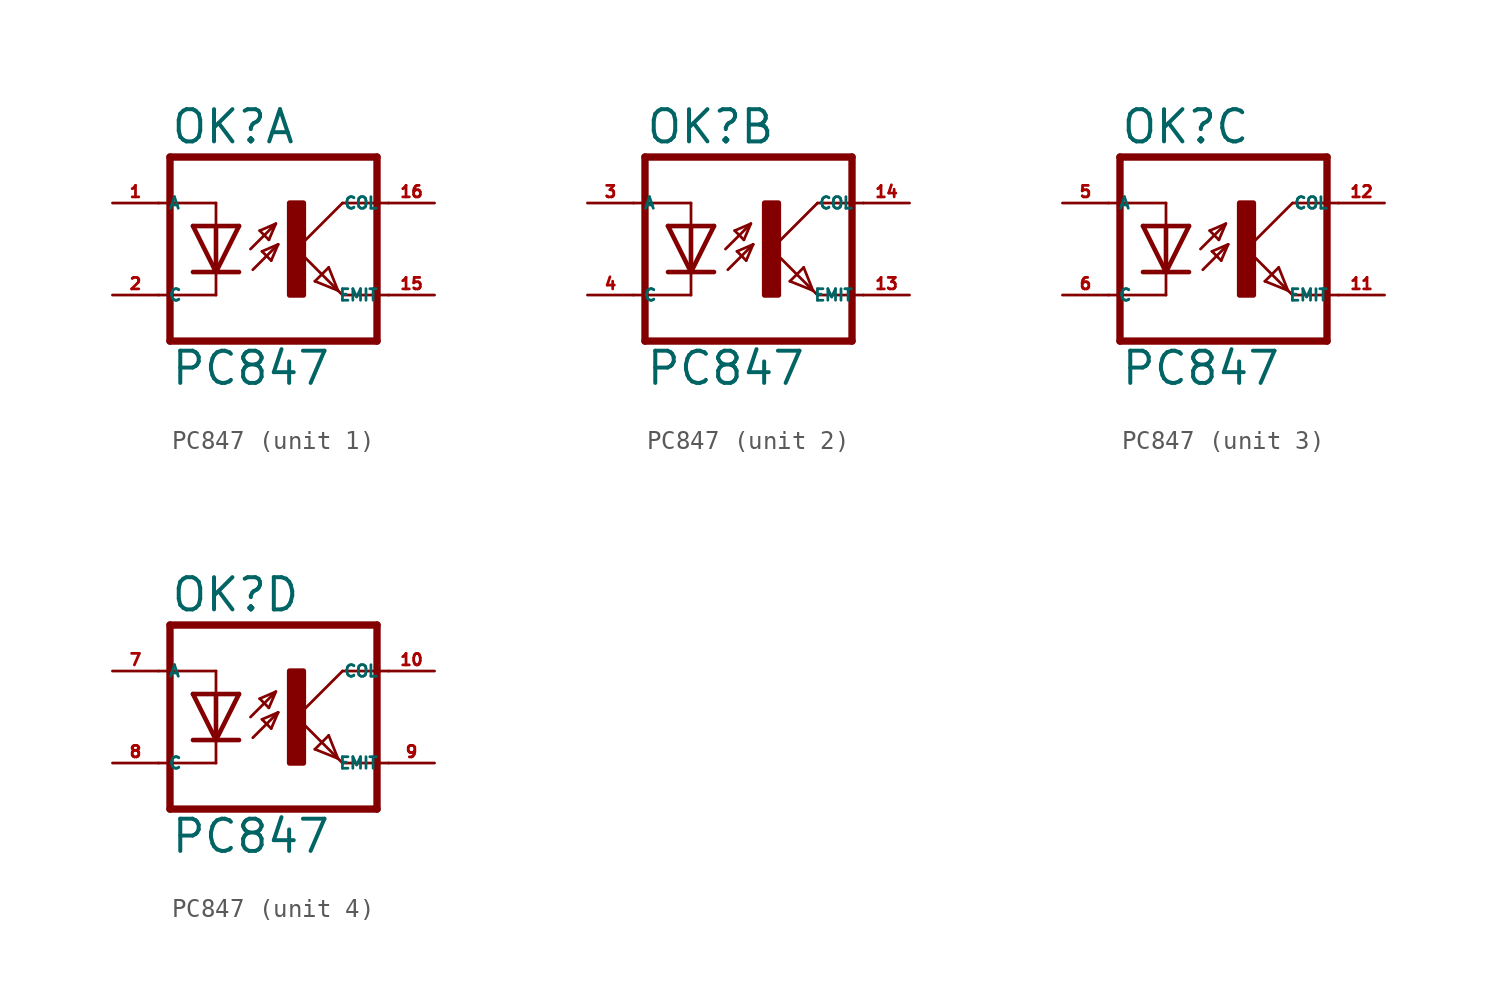
<source format=kicad_sym>
(kicad_symbol_lib
  (version 20220914)
  (generator kicad_symbol_editor)
  (symbol "PC847"
    (property "Reference" "OK"
      (at -6.985 5.715 0)
      (effects (font (size 1.778 1.778) (thickness 0.22)) (justify left bottom)))
    (property "Value" "PC847"
      (at -6.985 -7.62 0)
      (effects (font (size 1.778 1.778) (thickness 0.22)) (justify left bottom)))
    (symbol "PC847_1_0"
      (rectangle (start -0.381 -2.54) (end 0.381 2.54) (stroke (width 0.3) (type default)) (fill (type outline)))
      (polyline (pts (xy -6.985 -5.08) (xy 4.445 -5.08)) (stroke (width 0.406) (type default)) (fill (type none)))
      (polyline (pts (xy -6.985 5.08) (xy -6.985 -5.08)) (stroke (width 0.406) (type default)) (fill (type none)))
      (polyline (pts (xy -6.985 5.08) (xy 4.445 5.08)) (stroke (width 0.406) (type default)) (fill (type none)))
      (polyline (pts (xy -4.445 -2.54) (xy -7.62 -2.54)) (stroke (width 0.152) (type default)) (fill (type none)))
      (polyline (pts (xy -4.445 -1.27) (xy -5.715 -1.27)) (stroke (width 0.254) (type default)) (fill (type none)))
      (polyline (pts (xy -4.445 -1.27) (xy -5.715 1.27)) (stroke (width 0.254) (type default)) (fill (type none)))
      (polyline (pts (xy -4.445 -1.27) (xy -4.445 -2.54)) (stroke (width 0.152) (type default)) (fill (type none)))
      (polyline (pts (xy -4.445 1.27) (xy -5.715 1.27)) (stroke (width 0.254) (type default)) (fill (type none)))
      (polyline (pts (xy -4.445 1.27) (xy -4.445 -1.27)) (stroke (width 0.254) (type default)) (fill (type none)))
      (polyline (pts (xy -4.445 2.54) (xy -7.62 2.54)) (stroke (width 0.152) (type default)) (fill (type none)))
      (polyline (pts (xy -4.445 2.54) (xy -4.445 1.27)) (stroke (width 0.152) (type default)) (fill (type none)))
      (polyline (pts (xy -3.175 -1.27) (xy -4.445 -1.27)) (stroke (width 0.254) (type default)) (fill (type none)))
      (polyline (pts (xy -3.175 1.27) (xy -4.445 -1.27)) (stroke (width 0.254) (type default)) (fill (type none)))
      (polyline (pts (xy -3.175 1.27) (xy -4.445 1.27)) (stroke (width 0.254) (type default)) (fill (type none)))
      (polyline (pts (xy -2.54 0) (xy -1.143 1.397)) (stroke (width 0.152) (type default)) (fill (type none)))
      (polyline (pts (xy -2.413 -1.143) (xy -1.016 0.254)) (stroke (width 0.152) (type default)) (fill (type none)))
      (polyline (pts (xy -2.032 1.016) (xy -1.524 0.508)) (stroke (width 0.152) (type default)) (fill (type none)))
      (polyline (pts (xy -1.905 -0.127) (xy -1.397 -0.635)) (stroke (width 0.152) (type default)) (fill (type none)))
      (polyline (pts (xy -1.524 0.508) (xy -1.143 1.397)) (stroke (width 0.152) (type default)) (fill (type none)))
      (polyline (pts (xy -1.397 -0.635) (xy -1.016 0.254)) (stroke (width 0.152) (type default)) (fill (type none)))
      (polyline (pts (xy -1.143 1.397) (xy -2.032 1.016)) (stroke (width 0.152) (type default)) (fill (type none)))
      (polyline (pts (xy -1.016 0.254) (xy -1.905 -0.127)) (stroke (width 0.152) (type default)) (fill (type none)))
      (polyline (pts (xy 0 0) (xy 2.286 -2.286)) (stroke (width 0.152) (type default)) (fill (type none)))
      (polyline (pts (xy 1.016 -1.778) (xy 1.778 -1.016)) (stroke (width 0.152) (type default)) (fill (type none)))
      (polyline (pts (xy 1.778 -1.016) (xy 2.286 -2.286)) (stroke (width 0.152) (type default)) (fill (type none)))
      (polyline (pts (xy 2.286 -2.286) (xy 1.016 -1.778)) (stroke (width 0.152) (type default)) (fill (type none)))
      (polyline (pts (xy 2.286 -2.286) (xy 2.54 -2.54)) (stroke (width 0.152) (type default)) (fill (type none)))
      (polyline (pts (xy 2.54 -2.54) (xy 5.08 -2.54)) (stroke (width 0.152) (type default)) (fill (type none)))
      (polyline (pts (xy 2.54 2.54) (xy 0 0)) (stroke (width 0.152) (type default)) (fill (type none)))
      (polyline (pts (xy 2.54 2.54) (xy 5.08 2.54)) (stroke (width 0.152) (type default)) (fill (type none)))
      (polyline (pts (xy 4.445 5.08) (xy 4.445 -5.08)) (stroke (width 0.406) (type default)) (fill (type none)))
      (pin passive line (at -10.16 2.54 0) (length 2.54) (name "A" (effects (font (size 0.635 0.635)))) (number "1" (effects (font (size 0.635 0.635)))))
      (pin passive line (at 7.62 -2.54 180) (length 2.54) (name "EMIT" (effects (font (size 0.635 0.635)))) (number "15" (effects (font (size 0.635 0.635)))))
      (pin passive line (at 7.62 2.54 180) (length 2.54) (name "COL" (effects (font (size 0.635 0.635)))) (number "16" (effects (font (size 0.635 0.635)))))
      (pin passive line (at -10.16 -2.54 0) (length 2.54) (name "C" (effects (font (size 0.635 0.635)))) (number "2" (effects (font (size 0.635 0.635))))))
    (symbol "PC847_2_0"
      (rectangle (start -0.381 -2.54) (end 0.381 2.54) (stroke (width 0.3) (type default)) (fill (type outline)))
      (polyline (pts (xy -6.985 -5.08) (xy 4.445 -5.08)) (stroke (width 0.406) (type default)) (fill (type none)))
      (polyline (pts (xy -6.985 5.08) (xy -6.985 -5.08)) (stroke (width 0.406) (type default)) (fill (type none)))
      (polyline (pts (xy -6.985 5.08) (xy 4.445 5.08)) (stroke (width 0.406) (type default)) (fill (type none)))
      (polyline (pts (xy -4.445 -2.54) (xy -7.62 -2.54)) (stroke (width 0.152) (type default)) (fill (type none)))
      (polyline (pts (xy -4.445 -1.27) (xy -5.715 -1.27)) (stroke (width 0.254) (type default)) (fill (type none)))
      (polyline (pts (xy -4.445 -1.27) (xy -5.715 1.27)) (stroke (width 0.254) (type default)) (fill (type none)))
      (polyline (pts (xy -4.445 -1.27) (xy -4.445 -2.54)) (stroke (width 0.152) (type default)) (fill (type none)))
      (polyline (pts (xy -4.445 1.27) (xy -5.715 1.27)) (stroke (width 0.254) (type default)) (fill (type none)))
      (polyline (pts (xy -4.445 1.27) (xy -4.445 -1.27)) (stroke (width 0.254) (type default)) (fill (type none)))
      (polyline (pts (xy -4.445 2.54) (xy -7.62 2.54)) (stroke (width 0.152) (type default)) (fill (type none)))
      (polyline (pts (xy -4.445 2.54) (xy -4.445 1.27)) (stroke (width 0.152) (type default)) (fill (type none)))
      (polyline (pts (xy -3.175 -1.27) (xy -4.445 -1.27)) (stroke (width 0.254) (type default)) (fill (type none)))
      (polyline (pts (xy -3.175 1.27) (xy -4.445 -1.27)) (stroke (width 0.254) (type default)) (fill (type none)))
      (polyline (pts (xy -3.175 1.27) (xy -4.445 1.27)) (stroke (width 0.254) (type default)) (fill (type none)))
      (polyline (pts (xy -2.54 0) (xy -1.143 1.397)) (stroke (width 0.152) (type default)) (fill (type none)))
      (polyline (pts (xy -2.413 -1.143) (xy -1.016 0.254)) (stroke (width 0.152) (type default)) (fill (type none)))
      (polyline (pts (xy -2.032 1.016) (xy -1.524 0.508)) (stroke (width 0.152) (type default)) (fill (type none)))
      (polyline (pts (xy -1.905 -0.127) (xy -1.397 -0.635)) (stroke (width 0.152) (type default)) (fill (type none)))
      (polyline (pts (xy -1.524 0.508) (xy -1.143 1.397)) (stroke (width 0.152) (type default)) (fill (type none)))
      (polyline (pts (xy -1.397 -0.635) (xy -1.016 0.254)) (stroke (width 0.152) (type default)) (fill (type none)))
      (polyline (pts (xy -1.143 1.397) (xy -2.032 1.016)) (stroke (width 0.152) (type default)) (fill (type none)))
      (polyline (pts (xy -1.016 0.254) (xy -1.905 -0.127)) (stroke (width 0.152) (type default)) (fill (type none)))
      (polyline (pts (xy 0 0) (xy 2.286 -2.286)) (stroke (width 0.152) (type default)) (fill (type none)))
      (polyline (pts (xy 1.016 -1.778) (xy 1.778 -1.016)) (stroke (width 0.152) (type default)) (fill (type none)))
      (polyline (pts (xy 1.778 -1.016) (xy 2.286 -2.286)) (stroke (width 0.152) (type default)) (fill (type none)))
      (polyline (pts (xy 2.286 -2.286) (xy 1.016 -1.778)) (stroke (width 0.152) (type default)) (fill (type none)))
      (polyline (pts (xy 2.286 -2.286) (xy 2.54 -2.54)) (stroke (width 0.152) (type default)) (fill (type none)))
      (polyline (pts (xy 2.54 -2.54) (xy 5.08 -2.54)) (stroke (width 0.152) (type default)) (fill (type none)))
      (polyline (pts (xy 2.54 2.54) (xy 0 0)) (stroke (width 0.152) (type default)) (fill (type none)))
      (polyline (pts (xy 2.54 2.54) (xy 5.08 2.54)) (stroke (width 0.152) (type default)) (fill (type none)))
      (polyline (pts (xy 4.445 5.08) (xy 4.445 -5.08)) (stroke (width 0.406) (type default)) (fill (type none)))
      (pin passive line (at 7.62 -2.54 180) (length 2.54) (name "EMIT" (effects (font (size 0.635 0.635)))) (number "13" (effects (font (size 0.635 0.635)))))
      (pin passive line (at 7.62 2.54 180) (length 2.54) (name "COL" (effects (font (size 0.635 0.635)))) (number "14" (effects (font (size 0.635 0.635)))))
      (pin passive line (at -10.16 2.54 0) (length 2.54) (name "A" (effects (font (size 0.635 0.635)))) (number "3" (effects (font (size 0.635 0.635)))))
      (pin passive line (at -10.16 -2.54 0) (length 2.54) (name "C" (effects (font (size 0.635 0.635)))) (number "4" (effects (font (size 0.635 0.635))))))
    (symbol "PC847_3_0"
      (rectangle (start -0.381 -2.54) (end 0.381 2.54) (stroke (width 0.3) (type default)) (fill (type outline)))
      (polyline (pts (xy -6.985 -5.08) (xy 4.445 -5.08)) (stroke (width 0.406) (type default)) (fill (type none)))
      (polyline (pts (xy -6.985 5.08) (xy -6.985 -5.08)) (stroke (width 0.406) (type default)) (fill (type none)))
      (polyline (pts (xy -6.985 5.08) (xy 4.445 5.08)) (stroke (width 0.406) (type default)) (fill (type none)))
      (polyline (pts (xy -4.445 -2.54) (xy -7.62 -2.54)) (stroke (width 0.152) (type default)) (fill (type none)))
      (polyline (pts (xy -4.445 -1.27) (xy -5.715 -1.27)) (stroke (width 0.254) (type default)) (fill (type none)))
      (polyline (pts (xy -4.445 -1.27) (xy -5.715 1.27)) (stroke (width 0.254) (type default)) (fill (type none)))
      (polyline (pts (xy -4.445 -1.27) (xy -4.445 -2.54)) (stroke (width 0.152) (type default)) (fill (type none)))
      (polyline (pts (xy -4.445 1.27) (xy -5.715 1.27)) (stroke (width 0.254) (type default)) (fill (type none)))
      (polyline (pts (xy -4.445 1.27) (xy -4.445 -1.27)) (stroke (width 0.254) (type default)) (fill (type none)))
      (polyline (pts (xy -4.445 2.54) (xy -7.62 2.54)) (stroke (width 0.152) (type default)) (fill (type none)))
      (polyline (pts (xy -4.445 2.54) (xy -4.445 1.27)) (stroke (width 0.152) (type default)) (fill (type none)))
      (polyline (pts (xy -3.175 -1.27) (xy -4.445 -1.27)) (stroke (width 0.254) (type default)) (fill (type none)))
      (polyline (pts (xy -3.175 1.27) (xy -4.445 -1.27)) (stroke (width 0.254) (type default)) (fill (type none)))
      (polyline (pts (xy -3.175 1.27) (xy -4.445 1.27)) (stroke (width 0.254) (type default)) (fill (type none)))
      (polyline (pts (xy -2.54 0) (xy -1.143 1.397)) (stroke (width 0.152) (type default)) (fill (type none)))
      (polyline (pts (xy -2.413 -1.143) (xy -1.016 0.254)) (stroke (width 0.152) (type default)) (fill (type none)))
      (polyline (pts (xy -2.032 1.016) (xy -1.524 0.508)) (stroke (width 0.152) (type default)) (fill (type none)))
      (polyline (pts (xy -1.905 -0.127) (xy -1.397 -0.635)) (stroke (width 0.152) (type default)) (fill (type none)))
      (polyline (pts (xy -1.524 0.508) (xy -1.143 1.397)) (stroke (width 0.152) (type default)) (fill (type none)))
      (polyline (pts (xy -1.397 -0.635) (xy -1.016 0.254)) (stroke (width 0.152) (type default)) (fill (type none)))
      (polyline (pts (xy -1.143 1.397) (xy -2.032 1.016)) (stroke (width 0.152) (type default)) (fill (type none)))
      (polyline (pts (xy -1.016 0.254) (xy -1.905 -0.127)) (stroke (width 0.152) (type default)) (fill (type none)))
      (polyline (pts (xy 0 0) (xy 2.286 -2.286)) (stroke (width 0.152) (type default)) (fill (type none)))
      (polyline (pts (xy 1.016 -1.778) (xy 1.778 -1.016)) (stroke (width 0.152) (type default)) (fill (type none)))
      (polyline (pts (xy 1.778 -1.016) (xy 2.286 -2.286)) (stroke (width 0.152) (type default)) (fill (type none)))
      (polyline (pts (xy 2.286 -2.286) (xy 1.016 -1.778)) (stroke (width 0.152) (type default)) (fill (type none)))
      (polyline (pts (xy 2.286 -2.286) (xy 2.54 -2.54)) (stroke (width 0.152) (type default)) (fill (type none)))
      (polyline (pts (xy 2.54 -2.54) (xy 5.08 -2.54)) (stroke (width 0.152) (type default)) (fill (type none)))
      (polyline (pts (xy 2.54 2.54) (xy 0 0)) (stroke (width 0.152) (type default)) (fill (type none)))
      (polyline (pts (xy 2.54 2.54) (xy 5.08 2.54)) (stroke (width 0.152) (type default)) (fill (type none)))
      (polyline (pts (xy 4.445 5.08) (xy 4.445 -5.08)) (stroke (width 0.406) (type default)) (fill (type none)))
      (pin passive line (at 7.62 -2.54 180) (length 2.54) (name "EMIT" (effects (font (size 0.635 0.635)))) (number "11" (effects (font (size 0.635 0.635)))))
      (pin passive line (at 7.62 2.54 180) (length 2.54) (name "COL" (effects (font (size 0.635 0.635)))) (number "12" (effects (font (size 0.635 0.635)))))
      (pin passive line (at -10.16 2.54 0) (length 2.54) (name "A" (effects (font (size 0.635 0.635)))) (number "5" (effects (font (size 0.635 0.635)))))
      (pin passive line (at -10.16 -2.54 0) (length 2.54) (name "C" (effects (font (size 0.635 0.635)))) (number "6" (effects (font (size 0.635 0.635))))))
    (symbol "PC847_4_0"
      (rectangle (start -0.381 -2.54) (end 0.381 2.54) (stroke (width 0.3) (type default)) (fill (type outline)))
      (polyline (pts (xy -6.985 -5.08) (xy 4.445 -5.08)) (stroke (width 0.406) (type default)) (fill (type none)))
      (polyline (pts (xy -6.985 5.08) (xy -6.985 -5.08)) (stroke (width 0.406) (type default)) (fill (type none)))
      (polyline (pts (xy -6.985 5.08) (xy 4.445 5.08)) (stroke (width 0.406) (type default)) (fill (type none)))
      (polyline (pts (xy -4.445 -2.54) (xy -7.62 -2.54)) (stroke (width 0.152) (type default)) (fill (type none)))
      (polyline (pts (xy -4.445 -1.27) (xy -5.715 -1.27)) (stroke (width 0.254) (type default)) (fill (type none)))
      (polyline (pts (xy -4.445 -1.27) (xy -5.715 1.27)) (stroke (width 0.254) (type default)) (fill (type none)))
      (polyline (pts (xy -4.445 -1.27) (xy -4.445 -2.54)) (stroke (width 0.152) (type default)) (fill (type none)))
      (polyline (pts (xy -4.445 1.27) (xy -5.715 1.27)) (stroke (width 0.254) (type default)) (fill (type none)))
      (polyline (pts (xy -4.445 1.27) (xy -4.445 -1.27)) (stroke (width 0.254) (type default)) (fill (type none)))
      (polyline (pts (xy -4.445 2.54) (xy -7.62 2.54)) (stroke (width 0.152) (type default)) (fill (type none)))
      (polyline (pts (xy -4.445 2.54) (xy -4.445 1.27)) (stroke (width 0.152) (type default)) (fill (type none)))
      (polyline (pts (xy -3.175 -1.27) (xy -4.445 -1.27)) (stroke (width 0.254) (type default)) (fill (type none)))
      (polyline (pts (xy -3.175 1.27) (xy -4.445 -1.27)) (stroke (width 0.254) (type default)) (fill (type none)))
      (polyline (pts (xy -3.175 1.27) (xy -4.445 1.27)) (stroke (width 0.254) (type default)) (fill (type none)))
      (polyline (pts (xy -2.54 0) (xy -1.143 1.397)) (stroke (width 0.152) (type default)) (fill (type none)))
      (polyline (pts (xy -2.413 -1.143) (xy -1.016 0.254)) (stroke (width 0.152) (type default)) (fill (type none)))
      (polyline (pts (xy -2.032 1.016) (xy -1.524 0.508)) (stroke (width 0.152) (type default)) (fill (type none)))
      (polyline (pts (xy -1.905 -0.127) (xy -1.397 -0.635)) (stroke (width 0.152) (type default)) (fill (type none)))
      (polyline (pts (xy -1.524 0.508) (xy -1.143 1.397)) (stroke (width 0.152) (type default)) (fill (type none)))
      (polyline (pts (xy -1.397 -0.635) (xy -1.016 0.254)) (stroke (width 0.152) (type default)) (fill (type none)))
      (polyline (pts (xy -1.143 1.397) (xy -2.032 1.016)) (stroke (width 0.152) (type default)) (fill (type none)))
      (polyline (pts (xy -1.016 0.254) (xy -1.905 -0.127)) (stroke (width 0.152) (type default)) (fill (type none)))
      (polyline (pts (xy 0 0) (xy 2.286 -2.286)) (stroke (width 0.152) (type default)) (fill (type none)))
      (polyline (pts (xy 1.016 -1.778) (xy 1.778 -1.016)) (stroke (width 0.152) (type default)) (fill (type none)))
      (polyline (pts (xy 1.778 -1.016) (xy 2.286 -2.286)) (stroke (width 0.152) (type default)) (fill (type none)))
      (polyline (pts (xy 2.286 -2.286) (xy 1.016 -1.778)) (stroke (width 0.152) (type default)) (fill (type none)))
      (polyline (pts (xy 2.286 -2.286) (xy 2.54 -2.54)) (stroke (width 0.152) (type default)) (fill (type none)))
      (polyline (pts (xy 2.54 -2.54) (xy 5.08 -2.54)) (stroke (width 0.152) (type default)) (fill (type none)))
      (polyline (pts (xy 2.54 2.54) (xy 0 0)) (stroke (width 0.152) (type default)) (fill (type none)))
      (polyline (pts (xy 2.54 2.54) (xy 5.08 2.54)) (stroke (width 0.152) (type default)) (fill (type none)))
      (polyline (pts (xy 4.445 5.08) (xy 4.445 -5.08)) (stroke (width 0.406) (type default)) (fill (type none)))
      (pin passive line (at 7.62 2.54 180) (length 2.54) (name "COL" (effects (font (size 0.635 0.635)))) (number "10" (effects (font (size 0.635 0.635)))))
      (pin passive line (at -10.16 2.54 0) (length 2.54) (name "A" (effects (font (size 0.635 0.635)))) (number "7" (effects (font (size 0.635 0.635)))))
      (pin passive line (at -10.16 -2.54 0) (length 2.54) (name "C" (effects (font (size 0.635 0.635)))) (number "8" (effects (font (size 0.635 0.635)))))
      (pin passive line (at 7.62 -2.54 180) (length 2.54) (name "EMIT" (effects (font (size 0.635 0.635)))) (number "9" (effects (font (size 0.635 0.635))))))))
</source>
